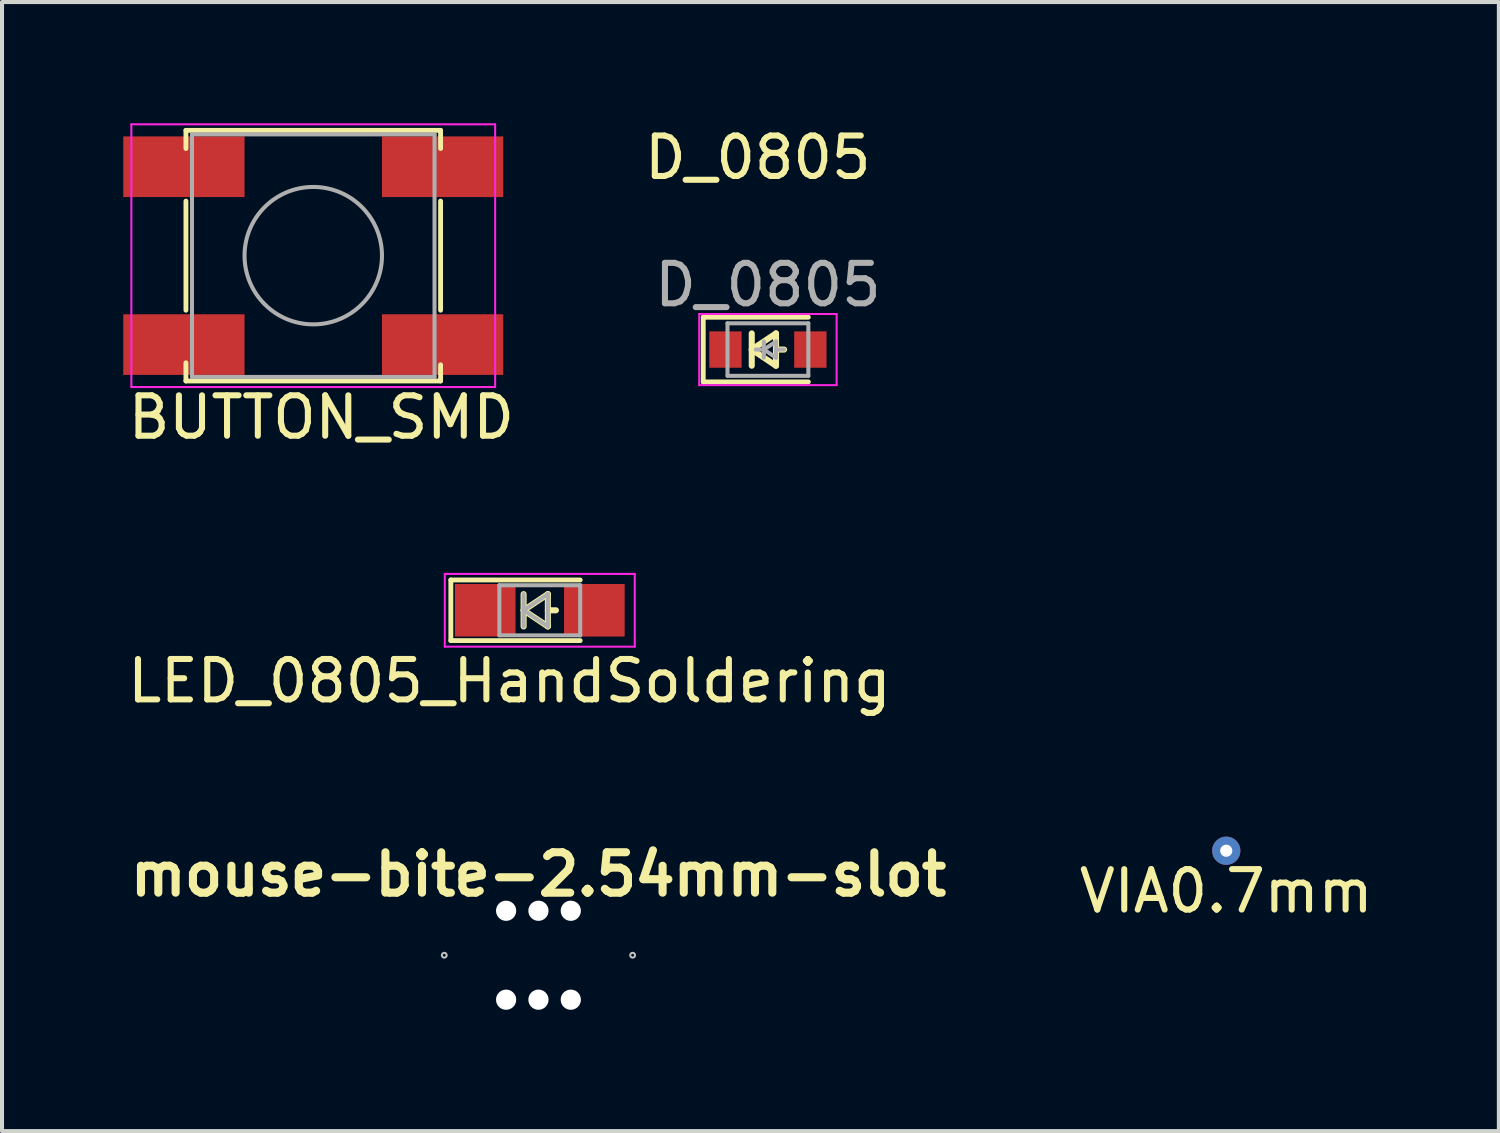
<source format=kicad_pcb>
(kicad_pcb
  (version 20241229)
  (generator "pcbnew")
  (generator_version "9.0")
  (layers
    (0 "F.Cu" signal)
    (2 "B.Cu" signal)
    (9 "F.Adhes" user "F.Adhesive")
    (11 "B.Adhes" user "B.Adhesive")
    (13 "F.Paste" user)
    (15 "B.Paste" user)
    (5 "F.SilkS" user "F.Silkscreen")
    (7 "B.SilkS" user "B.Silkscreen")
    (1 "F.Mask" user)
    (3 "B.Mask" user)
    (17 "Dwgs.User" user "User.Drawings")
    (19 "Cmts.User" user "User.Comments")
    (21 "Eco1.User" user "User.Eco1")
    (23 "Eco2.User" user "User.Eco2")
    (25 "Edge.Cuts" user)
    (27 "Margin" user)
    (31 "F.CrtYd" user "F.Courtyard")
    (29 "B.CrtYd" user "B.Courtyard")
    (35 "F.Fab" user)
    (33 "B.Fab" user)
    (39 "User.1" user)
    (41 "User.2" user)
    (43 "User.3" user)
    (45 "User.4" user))
  (footprint "VIA0.7mm"
    (layer "F.Cu")
    (at 27.287 17.997)
    (property "Reference" "VIA0.7mm" (at 0 1 0) (layer "F.SilkS") (effects (font (size 1 1) (thickness 0.15))))
    (attr through_hole)
    (pad "1" thru_hole circle (at 0 0) (size 0.7 0.7) (drill 0.3) (layers "*.Cu")))
  (footprint "LED_0805_HandSoldering"
    (layer "F.Cu")
    (at 10.304 12.048)
    (property "Reference" "LED_0805_HandSoldering" (at -0.75 1.75 0) (layer "F.SilkS") (effects (font (size 1 1) (thickness 0.15))))
    (attr smd)
    (fp_line (start -2.2 -0.75) (end -2.2 0.75) (stroke (width 0.12) (type solid)) (layer "F.SilkS"))
    (fp_line (start -2.2 -0.75) (end 1 -0.75) (stroke (width 0.12) (type solid)) (layer "F.SilkS"))
    (fp_line (start -0.4 -0.4) (end -0.4 0.4) (stroke (width 0.15) (type solid)) (layer "F.SilkS"))
    (fp_line (start -0.4 0) (end 0.2 0.4) (stroke (width 0.15) (type solid)) (layer "F.SilkS"))
    (fp_line (start 0.2 -0.4) (end -0.4 0) (stroke (width 0.15) (type solid)) (layer "F.SilkS"))
    (fp_line (start 0.2 0.4) (end 0.2 -0.4) (stroke (width 0.15) (type solid)) (layer "F.SilkS"))
    (fp_line (start 0.4 0) (end 0.2 0) (stroke (width 0.15) (type solid)) (layer "F.SilkS"))
    (fp_line (start 1 0.75) (end -2.2 0.75) (stroke (width 0.12) (type solid)) (layer "F.SilkS"))
    (fp_line (start -2.35 -0.9) (end -2.35 0.9) (stroke (width 0.05) (type solid)) (layer "F.CrtYd"))
    (fp_line (start -2.35 -0.9) (end 2.35 -0.9) (stroke (width 0.05) (type solid)) (layer "F.CrtYd"))
    (fp_line (start 2.35 0.9) (end -2.35 0.9) (stroke (width 0.05) (type solid)) (layer "F.CrtYd"))
    (fp_line (start 2.35 0.9) (end 2.35 -0.9) (stroke (width 0.05) (type solid)) (layer "F.CrtYd"))
    (fp_line (start -1 -0.62) (end 1 -0.62) (stroke (width 0.1) (type solid)) (layer "F.Fab"))
    (fp_line (start -1 0.62) (end -1 -0.62) (stroke (width 0.1) (type solid)) (layer "F.Fab"))
    (fp_line (start -0.4 -0.4) (end -0.4 0.4) (stroke (width 0.1) (type solid)) (layer "F.Fab"))
    (fp_line (start -0.4 0) (end 0.2 -0.4) (stroke (width 0.1) (type solid)) (layer "F.Fab"))
    (fp_line (start 0.2 -0.4) (end 0.2 0.4) (stroke (width 0.1) (type solid)) (layer "F.Fab"))
    (fp_line (start 0.2 0.4) (end -0.4 0) (stroke (width 0.1) (type solid)) (layer "F.Fab"))
    (fp_line (start 1 -0.62) (end 1 0.62) (stroke (width 0.1) (type solid)) (layer "F.Fab"))
    (fp_line (start 1 0.62) (end -1 0.62) (stroke (width 0.1) (type solid)) (layer "F.Fab"))
    (pad "1" smd rect (at -1.35 0) (size 1.5 1.3) (layers "F.Cu" "F.Mask" "F.Paste"))
    (pad "2" smd rect (at 1.35 0) (size 1.5 1.3) (layers "F.Cu" "F.Mask" "F.Paste")))
  (footprint "D_0805"
    (layer "F.Cu")
    (at 15.948 5.598)
    (property "Reference" "D_0805" (at -0.25 -4.75 180) (layer "F.SilkS") (effects (font (size 1 1) (thickness 0.15))))
    (attr smd)
    (fp_line (start -1.6 -0.8) (end -1.6 0.8) (stroke (width 0.12) (type solid)) (layer "F.SilkS"))
    (fp_line (start -1.6 -0.8) (end 1 -0.8) (stroke (width 0.12) (type solid)) (layer "F.SilkS"))
    (fp_line (start -1.6 0.8) (end 1 0.8) (stroke (width 0.12) (type solid)) (layer "F.SilkS"))
    (fp_line (start -0.4 -0.4) (end -0.4 0.4) (stroke (width 0.15) (type solid)) (layer "F.SilkS"))
    (fp_line (start -0.4 0) (end 0.2 -0.4) (stroke (width 0.15) (type solid)) (layer "F.SilkS"))
    (fp_line (start 0.2 -0.4) (end 0.2 0.4) (stroke (width 0.15) (type solid)) (layer "F.SilkS"))
    (fp_line (start 0.2 0) (end 0.4 0) (stroke (width 0.15) (type solid)) (layer "F.SilkS"))
    (fp_line (start 0.2 0.4) (end -0.4 0) (stroke (width 0.15) (type solid)) (layer "F.SilkS"))
    (fp_line (start -1.7 -0.88) (end 1.7 -0.88) (stroke (width 0.05) (type solid)) (layer "F.CrtYd"))
    (fp_line (start -1.7 0.88) (end -1.7 -0.88) (stroke (width 0.05) (type solid)) (layer "F.CrtYd"))
    (fp_line (start 1.7 -0.88) (end 1.7 0.88) (stroke (width 0.05) (type solid)) (layer "F.CrtYd"))
    (fp_line (start 1.7 0.88) (end -1.7 0.88) (stroke (width 0.05) (type solid)) (layer "F.CrtYd"))
    (fp_line (start -1 -0.65) (end 1 -0.65) (stroke (width 0.1) (type solid)) (layer "F.Fab"))
    (fp_line (start -1 0.65) (end -1 -0.65) (stroke (width 0.1) (type solid)) (layer "F.Fab"))
    (fp_line (start -0.1 -0.2) (end -0.1 0.2) (stroke (width 0.1) (type solid)) (layer "F.Fab"))
    (fp_line (start -0.1 0) (end -0.3 0) (stroke (width 0.1) (type solid)) (layer "F.Fab"))
    (fp_line (start -0.1 0) (end 0.2 0.2) (stroke (width 0.1) (type solid)) (layer "F.Fab"))
    (fp_line (start 0.2 -0.2) (end -0.1 0) (stroke (width 0.1) (type solid)) (layer "F.Fab"))
    (fp_line (start 0.2 0) (end 0.4 0) (stroke (width 0.1) (type solid)) (layer "F.Fab"))
    (fp_line (start 0.2 0.2) (end 0.2 -0.2) (stroke (width 0.1) (type solid)) (layer "F.Fab"))
    (fp_line (start 1 -0.65) (end 1 0.65) (stroke (width 0.1) (type solid)) (layer "F.Fab"))
    (fp_line (start 1 0.65) (end -1 0.65) (stroke (width 0.1) (type solid)) (layer "F.Fab"))
    (fp_text user "${REFERENCE}" (at 0 -1.6 0) (layer "F.Fab") (effects (font (size 1 1) (thickness 0.15))))
    (pad "1" smd rect (at -1.05 0) (size 0.8 0.9) (layers "F.Cu" "F.Mask" "F.Paste"))
    (pad "2" smd rect (at 1.05 0) (size 0.8 0.9) (layers "F.Cu" "F.Mask" "F.Paste")))
  (footprint "BUTTON_SMD"
    (layer "F.Cu")
    (at 4.7 3.275)
    (property "Reference" "BUTTON_SMD" (at 0.2 4 0) (layer "F.SilkS") (effects (font (size 1 1) (thickness 0.15))))
    (attr smd)
    (fp_line (start -3.15 -3.1) (end 3.15 -3.1) (stroke (width 0.12) (type solid)) (layer "F.SilkS"))
    (fp_line (start -3.15 -2.65) (end -3.15 -3.1) (stroke (width 0.12) (type solid)) (layer "F.SilkS"))
    (fp_line (start -3.15 1.35) (end -3.15 -1.35) (stroke (width 0.12) (type solid)) (layer "F.SilkS"))
    (fp_line (start -3.15 2.65) (end -3.15 3.1) (stroke (width 0.12) (type solid)) (layer "F.SilkS"))
    (fp_line (start -3.15 3.1) (end 3.15 3.1) (stroke (width 0.12) (type solid)) (layer "F.SilkS"))
    (fp_line (start 3.15 -3.1) (end 3.15 -2.65) (stroke (width 0.12) (type solid)) (layer "F.SilkS"))
    (fp_line (start 3.15 -1.35) (end 3.15 1.35) (stroke (width 0.12) (type solid)) (layer "F.SilkS"))
    (fp_line (start 3.15 3.1) (end 3.15 2.7) (stroke (width 0.12) (type solid)) (layer "F.SilkS"))
    (fp_line (start -4.5 -3.25) (end 4.5 -3.25) (stroke (width 0.05) (type solid)) (layer "F.CrtYd"))
    (fp_line (start -4.5 3.25) (end -4.5 -3.25) (stroke (width 0.05) (type solid)) (layer "F.CrtYd"))
    (fp_line (start 4.5 -3.25) (end 4.5 3.25) (stroke (width 0.05) (type solid)) (layer "F.CrtYd"))
    (fp_line (start 4.5 3.25) (end -4.5 3.25) (stroke (width 0.05) (type solid)) (layer "F.CrtYd"))
    (fp_line (start -3 -3) (end 3 -3) (stroke (width 0.1) (type solid)) (layer "F.Fab"))
    (fp_line (start -3 3) (end -3 -3) (stroke (width 0.1) (type solid)) (layer "F.Fab"))
    (fp_line (start 3 -3) (end 3 3) (stroke (width 0.1) (type solid)) (layer "F.Fab"))
    (fp_line (start 3 3) (end -3 3) (stroke (width 0.1) (type solid)) (layer "F.Fab"))
    (fp_circle (center 0 0) (end 1.7 0) (stroke (width 0.1) (type solid)) (fill no) (layer "F.Fab"))
    (pad "1" smd rect (at -3.2 -2.2) (size 3 1.5) (layers "F.Cu" "F.Mask" "F.Paste"))
    (pad "1" smd rect (at 3.2 -2.2) (size 3 1.5) (layers "F.Cu" "F.Mask" "F.Paste"))
    (pad "2" smd rect (at -3.2 2.2) (size 3 1.5) (layers "F.Cu" "F.Mask" "F.Paste"))
    (pad "2" smd rect (at 3.2 2.2) (size 3 1.5) (layers "F.Cu" "F.Mask" "F.Paste")))
  (footprint "mouse-bite-2.54mm-slot"
    (layer "F.Cu")
    (at 10.271 20.582)
    (property "Reference" "mouse-bite-2.54mm-slot" (at 0 -2 0) (layer "F.SilkS") (effects (font (size 1 1) (thickness 0.2))))
    (attr through_hole)
    (fp_circle (center -2.33 0) (end -2.27 0) (stroke (width 0.05) (type solid)) (fill no) (layer "Dwgs.User"))
    (fp_circle (center 2.33 0) (end 2.33 -0.06) (stroke (width 0.05) (type solid)) (fill no) (layer "Dwgs.User"))
    (fp_line (start -2.33 0) (end -2.33 0) (stroke (width 2.54) (type solid)) (layer "Eco1.User"))
    (fp_line (start 2.33 0) (end 2.33 0) (stroke (width 2.54) (type solid)) (layer "Eco1.User"))
    (pad "" np_thru_hole circle (at -0.8 -1.1) (size 0.5 0.5) (drill 0.5) (layers "*.Cu" "*.Mask"))
    (pad "" np_thru_hole circle (at -0.8 1.1) (size 0.5 0.5) (drill 0.5) (layers "*.Cu" "*.Mask"))
    (pad "" np_thru_hole circle (at 0 -1.1) (size 0.5 0.5) (drill 0.5) (layers "*.Cu" "*.Mask"))
    (pad "" np_thru_hole circle (at 0 1.1) (size 0.5 0.5) (drill 0.5) (layers "*.Cu" "*.Mask"))
    (pad "" np_thru_hole circle (at 0.8 -1.1) (size 0.5 0.5) (drill 0.5) (layers "*.Cu" "*.Mask"))
    (pad "" np_thru_hole circle (at 0.8 1.1) (size 0.5 0.5) (drill 0.5) (layers "*.Cu" "*.Mask")))
  (gr_rect
    (start -3 -3)
    (end 34.031 24.933)
    (stroke (width 0.1) (type default))
    (fill no)
    (layer "Edge.Cuts")))
</source>
